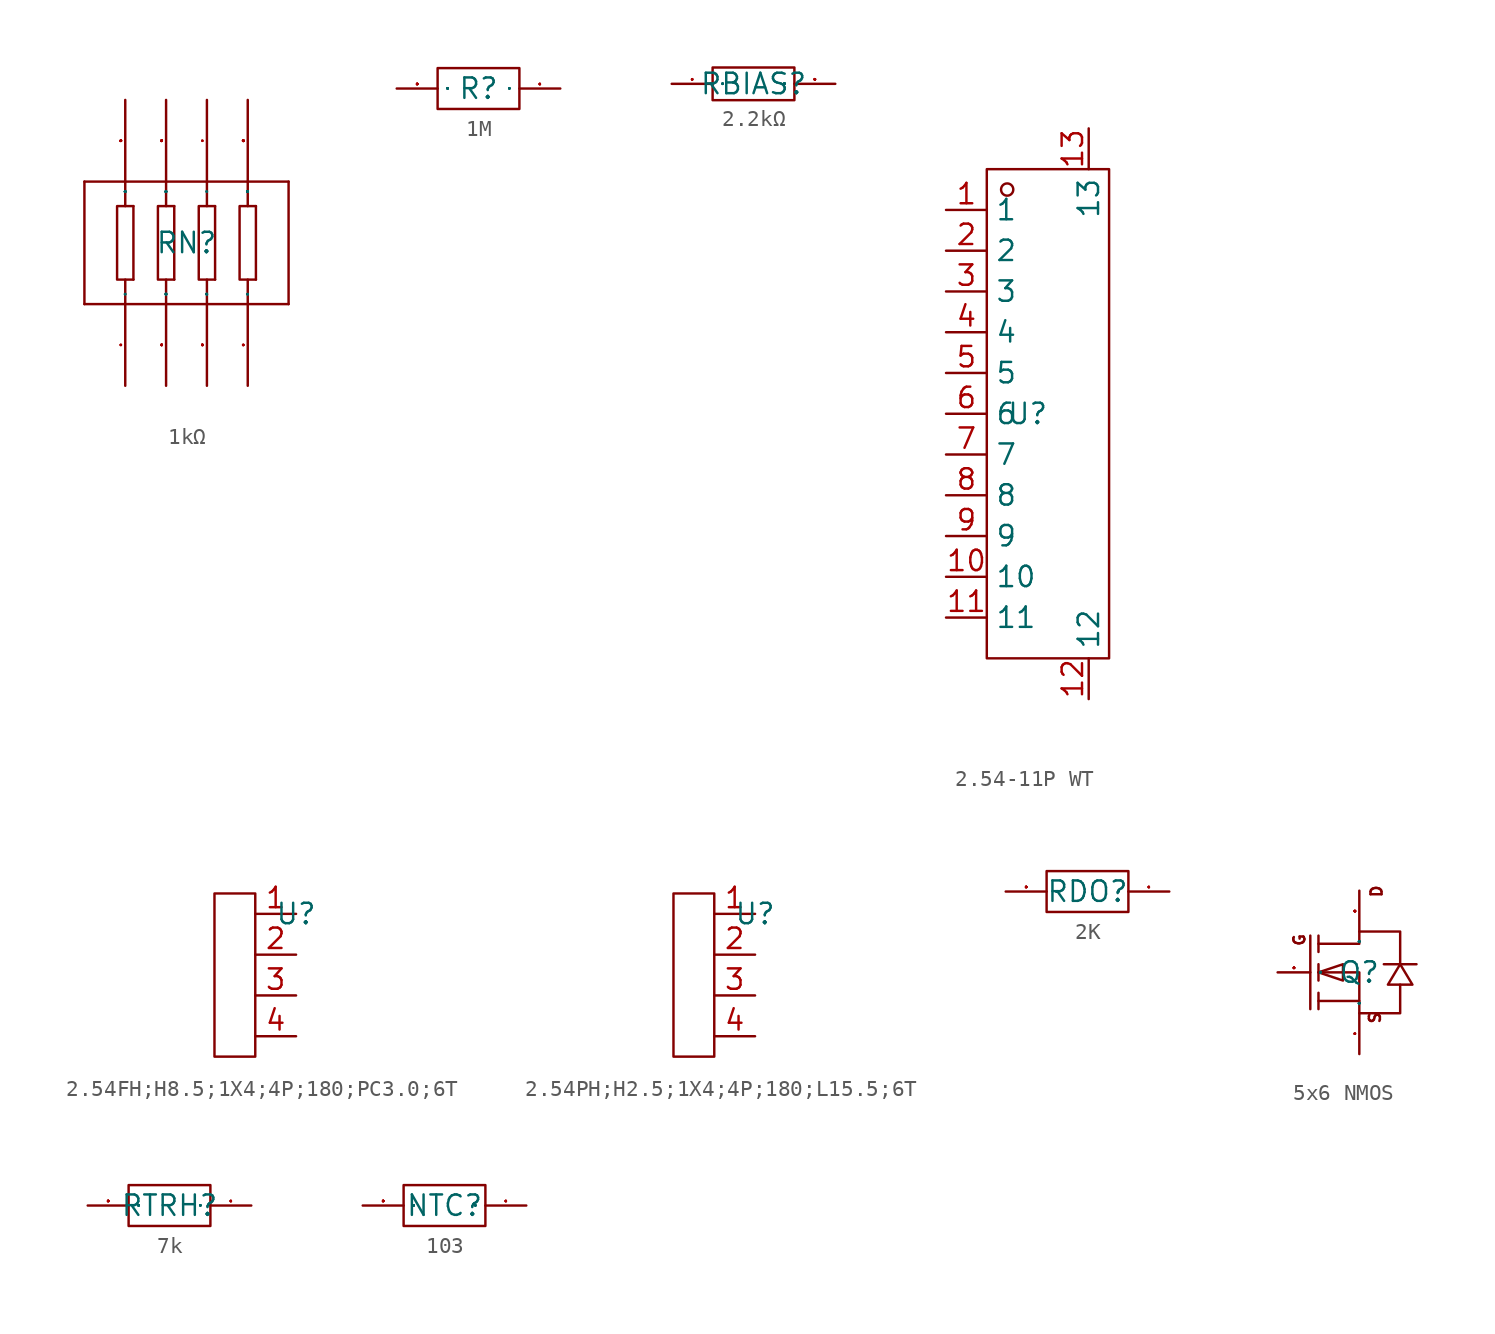
<source format=kicad_sym>
(kicad_symbol_lib
  (version 20231120)
  (generator "kicad_symbol_editor")
  (generator_version "8.0")
  (symbol "1kΩ"
    (property "Reference" "RN"
      (at 0 0 0)
      (effects (font (size 1.27 1.27))))
    (property "Value" ""
      (at 0 0 0)
      (effects (font (size 1.27 1.27))))
    (symbol "1kΩ_1_0"
      (polyline (pts (xy -6.35 -3.81) (xy -6.35 3.81)) (stroke (width 0) (type default)) (fill (type none)))
      (polyline (pts (xy -3.81 -3.81) (xy -3.81 -2.286)) (stroke (width 0) (type default)) (fill (type none)))
      (polyline (pts (xy -3.81 2.286) (xy -3.81 3.81)) (stroke (width 0) (type default)) (fill (type none)))
      (polyline (pts (xy -3.302 -2.286) (xy -3.302 2.286)) (stroke (width 0) (type default)) (fill (type none)))
      (polyline (pts (xy -1.27 -3.81) (xy -1.27 -2.286)) (stroke (width 0) (type default)) (fill (type none)))
      (polyline (pts (xy -1.27 2.286) (xy -1.27 3.81)) (stroke (width 0) (type default)) (fill (type none)))
      (polyline (pts (xy -0.762 -2.286) (xy -0.762 2.286)) (stroke (width 0) (type default)) (fill (type none)))
      (polyline (pts (xy 1.27 -3.81) (xy 1.27 -2.286)) (stroke (width 0) (type default)) (fill (type none)))
      (polyline (pts (xy 1.27 2.286) (xy 1.27 3.81)) (stroke (width 0) (type default)) (fill (type none)))
      (polyline (pts (xy 1.778 -2.286) (xy 1.778 2.286)) (stroke (width 0) (type default)) (fill (type none)))
      (polyline (pts (xy 3.81 -3.81) (xy 3.81 -2.286)) (stroke (width 0) (type default)) (fill (type none)))
      (polyline (pts (xy 3.81 2.286) (xy 3.81 3.81)) (stroke (width 0) (type default)) (fill (type none)))
      (polyline (pts (xy 4.318 -2.286) (xy 4.318 2.286)) (stroke (width 0) (type default)) (fill (type none)))
      (polyline (pts (xy 6.35 -3.81) (xy -6.35 -3.81)) (stroke (width 0) (type default)) (fill (type none)))
      (polyline (pts (xy 6.35 -3.81) (xy 6.35 3.81)) (stroke (width 0) (type default)) (fill (type none)))
      (polyline (pts (xy 6.35 3.81) (xy -6.35 3.81)) (stroke (width 0) (type default)) (fill (type none)))
      (polyline (pts (xy -3.302 -2.286) (xy -4.318 -2.286) (xy -4.318 -2.286) (xy -4.318 2.286) (xy -4.318 2.286) (xy -3.302 2.286)) (stroke (width 0) (type default)) (fill (type none)))
      (polyline (pts (xy -0.762 -2.286) (xy -1.778 -2.286) (xy -1.778 -2.286) (xy -1.778 2.286) (xy -1.778 2.286) (xy -0.762 2.286)) (stroke (width 0) (type default)) (fill (type none)))
      (polyline (pts (xy 1.778 -2.286) (xy 0.762 -2.286) (xy 0.762 -2.286) (xy 0.762 2.286) (xy 0.762 2.286) (xy 1.778 2.286)) (stroke (width 0) (type default)) (fill (type none)))
      (polyline (pts (xy 4.318 -2.286) (xy 3.302 -2.286) (xy 3.302 -2.286) (xy 3.302 2.286) (xy 3.302 2.286) (xy 4.318 2.286)) (stroke (width 0) (type default)) (fill (type none)))
      (pin input line (at 3.81 -8.89 90) (length 5.08) (name "1" (effects (font (size 0.025 0.025)))) (number "1" (effects (font (size 0.025 0.025)))))
      (pin input line (at 1.27 -8.89 90) (length 5.08) (name "2" (effects (font (size 0.025 0.025)))) (number "2" (effects (font (size 0.025 0.025)))))
      (pin input line (at -1.27 -8.89 90) (length 5.08) (name "3" (effects (font (size 0.025 0.025)))) (number "3" (effects (font (size 0.025 0.025)))))
      (pin input line (at -3.81 -8.89 90) (length 5.08) (name "4" (effects (font (size 0.025 0.025)))) (number "4" (effects (font (size 0.025 0.025)))))
      (pin input line (at -3.81 8.89 270) (length 5.08) (name "5" (effects (font (size 0.025 0.025)))) (number "5" (effects (font (size 0.025 0.025)))))
      (pin input line (at -1.27 8.89 270) (length 5.08) (name "6" (effects (font (size 0.025 0.025)))) (number "6" (effects (font (size 0.025 0.025)))))
      (pin input line (at 1.27 8.89 270) (length 5.08) (name "7" (effects (font (size 0.025 0.025)))) (number "7" (effects (font (size 0.025 0.025)))))
      (pin input line (at 3.81 8.89 270) (length 5.08) (name "8" (effects (font (size 0.025 0.025)))) (number "8" (effects (font (size 0.025 0.025)))))))
  (symbol "1M"
    (property "Reference" "R"
      (at 0 0 0)
      (effects (font (size 1.27 1.27))))
    (property "Value" ""
      (at 0 0 0)
      (effects (font (size 1.27 1.27))))
    (symbol "1M_1_0"
      (rectangle (start -2.54 -1.27) (end 2.54 1.27) (stroke (width 0) (type default)) (fill (type none)))
      (pin unspecified line (at 5.08 0 180) (length 2.54) (name "1" (effects (font (size 0.025 0.025)))) (number "1" (effects (font (size 0.025 0.025)))))
      (pin unspecified line (at -5.08 0 0) (length 2.54) (name "2" (effects (font (size 0.025 0.025)))) (number "2" (effects (font (size 0.025 0.025)))))))
  (symbol "2.2kΩ"
    (property "Reference" "RBIAS"
      (at 0 0 0)
      (effects (font (size 1.27 1.27))))
    (property "Value" ""
      (at 0 0 0)
      (effects (font (size 1.27 1.27))))
    (symbol "2.2kΩ_1_0"
      (rectangle (start -2.54 -1.016) (end 2.54 1.016) (stroke (width 0) (type default)) (fill (type none)))
      (pin input line (at -5.08 0 0) (length 2.54) (name "1" (effects (font (size 0.025 0.025)))) (number "1" (effects (font (size 0.025 0.025)))))
      (pin input line (at 5.08 0 180) (length 2.54) (name "2" (effects (font (size 0.025 0.025)))) (number "2" (effects (font (size 0.025 0.025)))))))
  (symbol "2.54-11P WT"
    (property "Reference" "U"
      (at 0 0 0)
      (effects (font (size 1.27 1.27))))
    (property "Value" ""
      (at 0 0 0)
      (effects (font (size 1.27 1.27))))
    (symbol "2.54-11P WT_1_0"
      (rectangle (start -2.54 -15.24) (end 5.08 15.24) (stroke (width 0) (type default)) (fill (type none)))
      (circle (center -1.27 13.97) (radius 0.381) (stroke (width 0) (type default)) (fill (type none)))
      (pin unspecified line (at -5.08 12.7 0) (length 2.54) (name "1" (effects (font (size 1.27 1.27)))) (number "1" (effects (font (size 1.27 1.27)))))
      (pin unspecified line (at -5.08 -10.16 0) (length 2.54) (name "10" (effects (font (size 1.27 1.27)))) (number "10" (effects (font (size 1.27 1.27)))))
      (pin unspecified line (at -5.08 -12.7 0) (length 2.54) (name "11" (effects (font (size 1.27 1.27)))) (number "11" (effects (font (size 1.27 1.27)))))
      (pin unspecified line (at 3.81 -17.78 90) (length 2.54) (name "12" (effects (font (size 1.27 1.27)))) (number "12" (effects (font (size 1.27 1.27)))))
      (pin unspecified line (at 3.81 17.78 270) (length 2.54) (name "13" (effects (font (size 1.27 1.27)))) (number "13" (effects (font (size 1.27 1.27)))))
      (pin unspecified line (at -5.08 10.16 0) (length 2.54) (name "2" (effects (font (size 1.27 1.27)))) (number "2" (effects (font (size 1.27 1.27)))))
      (pin unspecified line (at -5.08 7.62 0) (length 2.54) (name "3" (effects (font (size 1.27 1.27)))) (number "3" (effects (font (size 1.27 1.27)))))
      (pin unspecified line (at -5.08 5.08 0) (length 2.54) (name "4" (effects (font (size 1.27 1.27)))) (number "4" (effects (font (size 1.27 1.27)))))
      (pin unspecified line (at -5.08 2.54 0) (length 2.54) (name "5" (effects (font (size 1.27 1.27)))) (number "5" (effects (font (size 1.27 1.27)))))
      (pin unspecified line (at -5.08 0 0) (length 2.54) (name "6" (effects (font (size 1.27 1.27)))) (number "6" (effects (font (size 1.27 1.27)))))
      (pin unspecified line (at -5.08 -2.54 0) (length 2.54) (name "7" (effects (font (size 1.27 1.27)))) (number "7" (effects (font (size 1.27 1.27)))))
      (pin unspecified line (at -5.08 -5.08 0) (length 2.54) (name "8" (effects (font (size 1.27 1.27)))) (number "8" (effects (font (size 1.27 1.27)))))
      (pin unspecified line (at -5.08 -7.62 0) (length 2.54) (name "9" (effects (font (size 1.27 1.27)))) (number "9" (effects (font (size 1.27 1.27)))))))
  (symbol "2.54FH;H8.5;1X4;4P;180;PC3.0;6T"
    (property "Reference" "U"
      (at 0 0 0)
      (effects (font (size 1.27 1.27))))
    (property "Value" ""
      (at 0 0 0)
      (effects (font (size 1.27 1.27))))
    (symbol "2.54FH;H8.5;1X4;4P;180;PC3.0;6T_1_0"
      (polyline (pts (xy -5.08 1.27) (xy -2.54 1.27) (xy -2.54 1.27) (xy -2.54 -8.89) (xy -2.54 -8.89) (xy -5.08 -8.89) (xy -5.08 -8.89) (xy -5.08 1.27)) (stroke (width 0) (type default)) (fill (type none)))
      (pin unspecified line (at 0 0 180) (length 2.54) (name "" (effects (font (size 1.27 1.27)))) (number "1" (effects (font (size 1.27 1.27)))))
      (pin unspecified line (at 0 -2.54 180) (length 2.54) (name "" (effects (font (size 1.27 1.27)))) (number "2" (effects (font (size 1.27 1.27)))))
      (pin unspecified line (at 0 -5.08 180) (length 2.54) (name "" (effects (font (size 1.27 1.27)))) (number "3" (effects (font (size 1.27 1.27)))))
      (pin unspecified line (at 0 -7.62 180) (length 2.54) (name "" (effects (font (size 1.27 1.27)))) (number "4" (effects (font (size 1.27 1.27)))))))
  (symbol "2.54PH;H2.5;1X4;4P;180;L15.5;6T"
    (property "Reference" "U"
      (at 0 0 0)
      (effects (font (size 1.27 1.27))))
    (property "Value" ""
      (at 0 0 0)
      (effects (font (size 1.27 1.27))))
    (symbol "2.54PH;H2.5;1X4;4P;180;L15.5;6T_1_0"
      (polyline (pts (xy -5.08 1.27) (xy -2.54 1.27) (xy -2.54 1.27) (xy -2.54 -8.89) (xy -2.54 -8.89) (xy -5.08 -8.89) (xy -5.08 -8.89) (xy -5.08 1.27)) (stroke (width 0) (type default)) (fill (type none)))
      (pin unspecified line (at 0 0 180) (length 2.54) (name "" (effects (font (size 1.27 1.27)))) (number "1" (effects (font (size 1.27 1.27)))))
      (pin unspecified line (at 0 -2.54 180) (length 2.54) (name "" (effects (font (size 1.27 1.27)))) (number "2" (effects (font (size 1.27 1.27)))))
      (pin unspecified line (at 0 -5.08 180) (length 2.54) (name "" (effects (font (size 1.27 1.27)))) (number "3" (effects (font (size 1.27 1.27)))))
      (pin unspecified line (at 0 -7.62 180) (length 2.54) (name "" (effects (font (size 1.27 1.27)))) (number "4" (effects (font (size 1.27 1.27)))))))
  (symbol "2K"
    (property "Reference" "RDO"
      (at 0 0 0)
      (effects (font (size 1.27 1.27))))
    (property "Value" ""
      (at 0 0 0)
      (effects (font (size 1.27 1.27))))
    (symbol "2K_1_0"
      (rectangle (start -2.54 -1.27) (end 2.54 1.27) (stroke (width 0) (type default)) (fill (type none)))
      (pin unspecified line (at 5.08 0 180) (length 2.54) (name "1" (effects (font (size 0.025 0.025)))) (number "1" (effects (font (size 0.025 0.025)))))
      (pin unspecified line (at -5.08 0 0) (length 2.54) (name "2" (effects (font (size 0.025 0.025)))) (number "2" (effects (font (size 0.025 0.025)))))))
  (symbol "5x6 NMOS"
    (property "Reference" "Q"
      (at 0 0 0)
      (effects (font (size 1.27 1.27))))
    (property "Value" ""
      (at 0 0 0)
      (effects (font (size 1.27 1.27))))
    (symbol "5x6 NMOS_1_0"
      (polyline (pts (xy -3.048 2.286) (xy -3.048 -2.286)) (stroke (width 0) (type default)) (fill (type none)))
      (polyline (pts (xy -2.54 -2.286) (xy -2.54 -1.27)) (stroke (width 0) (type default)) (fill (type none)))
      (polyline (pts (xy -2.54 -0.508) (xy -2.54 0.508)) (stroke (width 0) (type default)) (fill (type none)))
      (polyline (pts (xy -2.54 2.286) (xy -2.54 1.27)) (stroke (width 0) (type default)) (fill (type none)))
      (polyline (pts (xy 0 -1.778) (xy -2.54 -1.778)) (stroke (width 0) (type default)) (fill (type none)))
      (polyline (pts (xy -2.54 0) (xy -1.016 -0.508) (xy -1.016 -0.508) (xy -1.016 0.508) (xy -1.016 0.508) (xy -2.54 0)) (stroke (width 0) (type default)) (fill (type none)))
      (polyline (pts (xy 2.54 0.508) (xy 1.778 -0.762) (xy 1.778 -0.762) (xy 3.302 -0.762) (xy 3.302 -0.762) (xy 2.54 0.508)) (stroke (width 0) (type default)) (fill (type none)))
      (polyline (pts (xy 3.556 0.508) (xy 3.048 0.508) (xy 3.048 0.508) (xy 2.032 0.508) (xy 2.032 0.508) (xy 1.524 0.508)) (stroke (width 0) (type default)) (fill (type none)))
      (polyline (pts (xy -2.54 0) (xy 0 0) (xy 0 0) (xy 0 -2.54) (xy 0 -2.54) (xy 2.54 -2.54) (xy 2.54 -2.54) (xy 2.54 -0.762)) (stroke (width 0) (type default)) (fill (type none)))
      (polyline (pts (xy -2.54 1.778) (xy 0 1.778) (xy 0 1.778) (xy 0 2.54) (xy 0 2.54) (xy 2.54 2.54) (xy 2.54 2.54) (xy 2.54 0.508)) (stroke (width 0) (type default)) (fill (type none)))
      (text "D" (at 1.473 4.597 1800) (effects (font (size 0.686 0.686)) (justify left bottom)))
      (text "G" (at -3.327 1.575 1800) (effects (font (size 0.686 0.686)) (justify left bottom)))
      (text "S" (at 1.372 -3.251 1800) (effects (font (size 0.686 0.686)) (justify left bottom)))
      (pin unspecified line (at 0 -5.08 90) (length 2.54) (name "S" (effects (font (size 0.025 0.025)))) (number "1" (effects (font (size 0.025 0.025)))))
      (pin unspecified line (at -5.08 0 0) (length 2.032) (name "G" (effects (font (size 0.025 0.025)))) (number "2" (effects (font (size 0.025 0.025)))))
      (pin unspecified line (at 0 5.08 270) (length 2.54) (name "D" (effects (font (size 0.025 0.025)))) (number "3" (effects (font (size 0.025 0.025)))))))
  (symbol "7k"
    (property "Reference" "RTRH"
      (at 0 0 0)
      (effects (font (size 1.27 1.27))))
    (property "Value" ""
      (at 0 0 0)
      (effects (font (size 1.27 1.27))))
    (symbol "7k_1_0"
      (rectangle (start -2.54 -1.27) (end 2.54 1.27) (stroke (width 0) (type default)) (fill (type none)))
      (pin unspecified line (at 5.08 0 180) (length 2.54) (name "1" (effects (font (size 0.025 0.025)))) (number "1" (effects (font (size 0.025 0.025)))))
      (pin unspecified line (at -5.08 0 0) (length 2.54) (name "2" (effects (font (size 0.025 0.025)))) (number "2" (effects (font (size 0.025 0.025)))))))
  (symbol "103"
    (property "Reference" "NTC"
      (at 0 0 0)
      (effects (font (size 1.27 1.27))))
    (property "Value" ""
      (at 0 0 0)
      (effects (font (size 1.27 1.27))))
    (symbol "103_1_0"
      (rectangle (start -2.54 -1.27) (end 2.54 1.27) (stroke (width 0) (type default)) (fill (type none)))
      (pin unspecified line (at 5.08 0 180) (length 2.54) (name "1" (effects (font (size 0.025 0.025)))) (number "1" (effects (font (size 0.025 0.025)))))
      (pin unspecified line (at -5.08 0 0) (length 2.54) (name "2" (effects (font (size 0.025 0.025)))) (number "2" (effects (font (size 0.025 0.025))))))))
</source>
